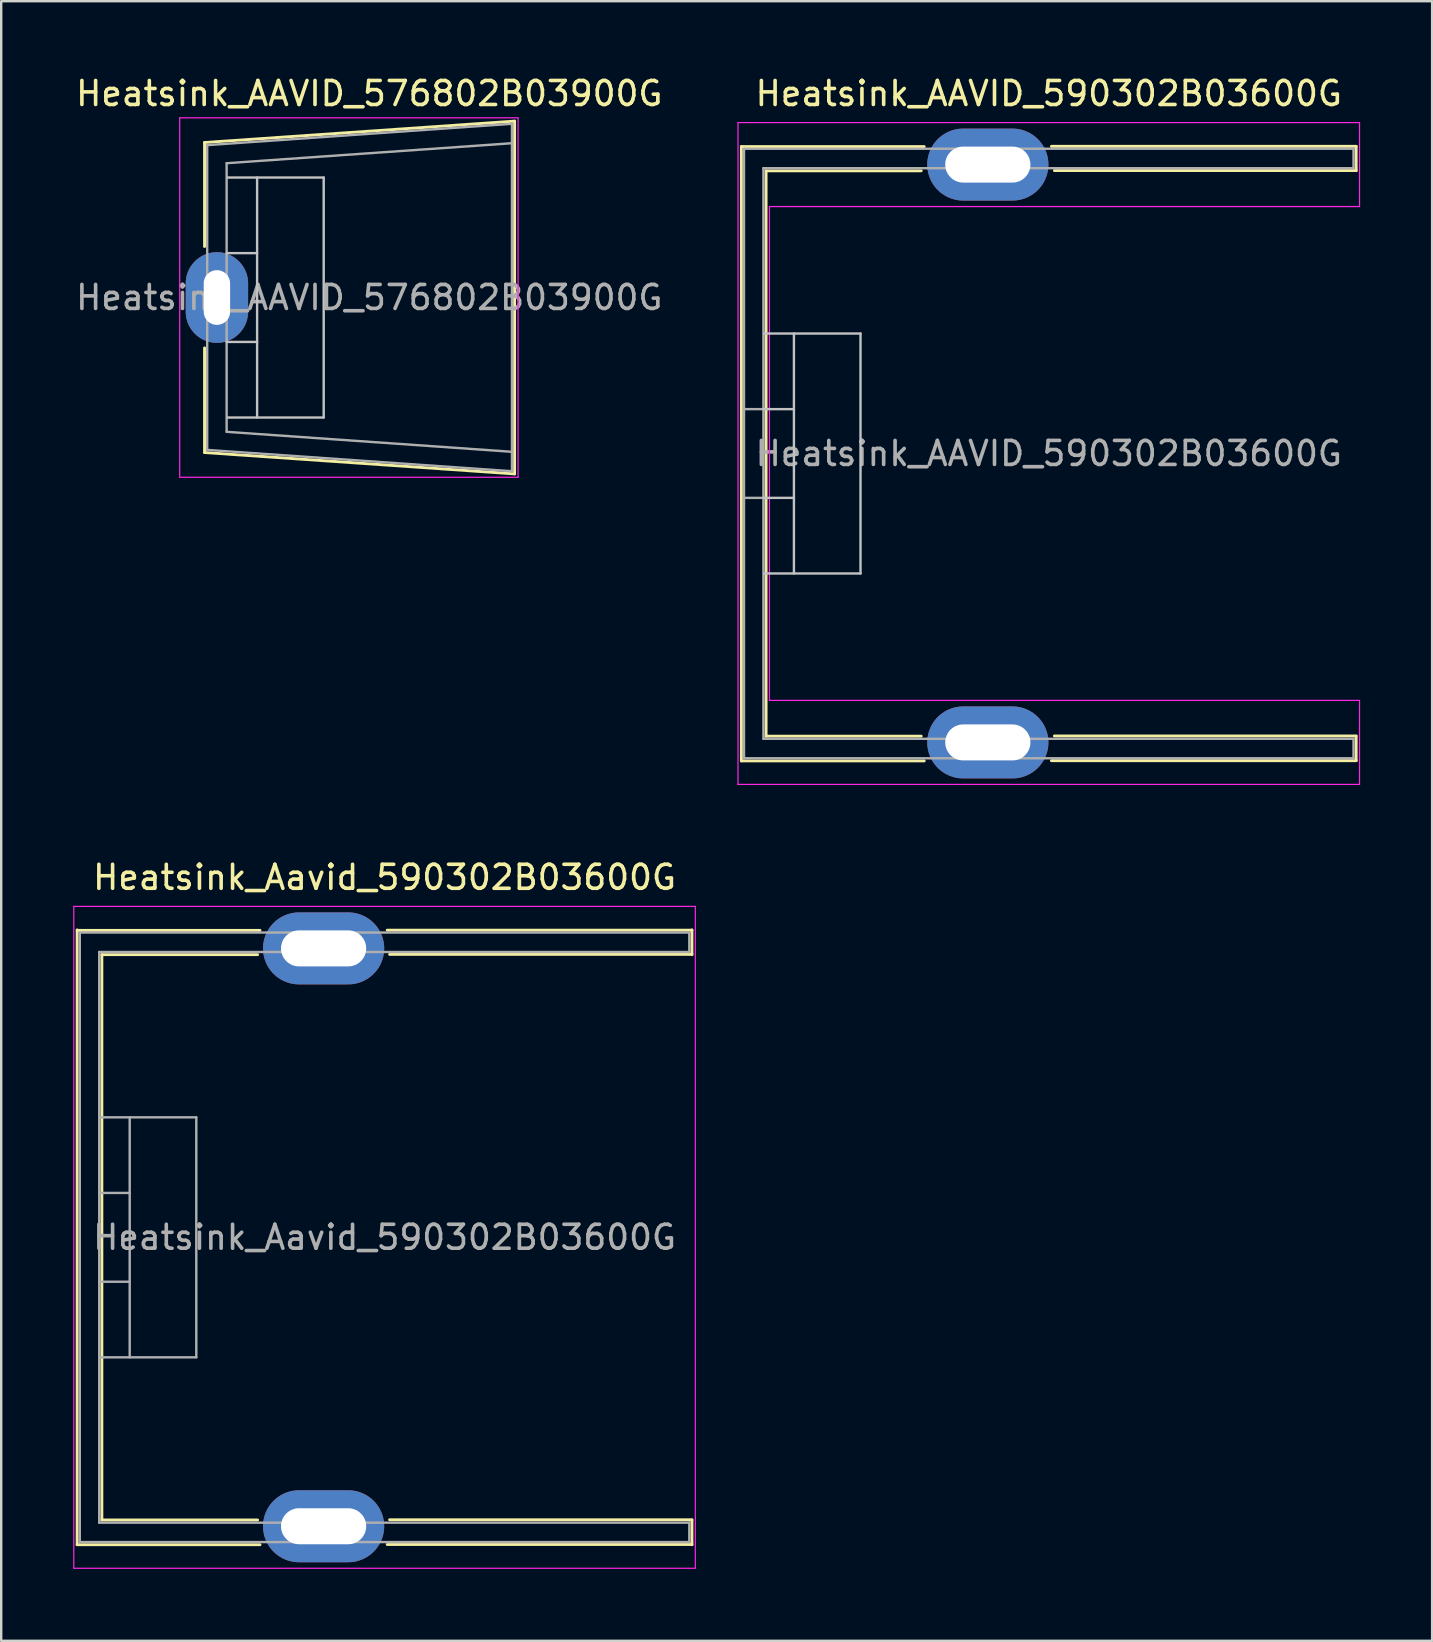
<source format=kicad_pcb>
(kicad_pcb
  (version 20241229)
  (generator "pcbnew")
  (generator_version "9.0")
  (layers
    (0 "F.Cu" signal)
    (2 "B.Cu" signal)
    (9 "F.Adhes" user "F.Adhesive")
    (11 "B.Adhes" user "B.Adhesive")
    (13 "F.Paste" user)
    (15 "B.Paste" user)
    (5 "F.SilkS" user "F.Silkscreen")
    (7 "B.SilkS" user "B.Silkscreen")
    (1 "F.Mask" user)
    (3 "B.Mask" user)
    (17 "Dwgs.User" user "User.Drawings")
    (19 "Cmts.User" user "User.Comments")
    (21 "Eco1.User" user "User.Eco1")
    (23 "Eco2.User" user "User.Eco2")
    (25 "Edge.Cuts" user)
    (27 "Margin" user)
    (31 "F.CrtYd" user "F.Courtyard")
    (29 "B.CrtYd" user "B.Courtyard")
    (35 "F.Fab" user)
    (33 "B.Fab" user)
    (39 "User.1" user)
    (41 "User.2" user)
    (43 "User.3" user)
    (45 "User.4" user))
  (footprint "Heatsink_AAVID_576802B03900G"
    (layer "F.Cu")
    (at 5.989 9.348)
    (property "Reference" "Heatsink_AAVID_576802B03900G" (at 6.35 -8.5 0) (layer "F.SilkS") (effects (font (size 1 1) (thickness 0.15))))
    (attr through_hole)
    (fp_line (start -0.515 -6.46) (end -0.515 -2.125) (stroke (width 0.12) (type solid)) (layer "F.SilkS"))
    (fp_line (start -0.515 -6.46) (end 12.405 -7.35) (stroke (width 0.12) (type solid)) (layer "F.SilkS"))
    (fp_line (start -0.515 2.1) (end -0.515 6.46) (stroke (width 0.12) (type solid)) (layer "F.SilkS"))
    (fp_line (start -0.515 6.46) (end 12.405 7.35) (stroke (width 0.12) (type solid)) (layer "F.SilkS"))
    (fp_line (start 12.405 -7.35) (end 12.405 7.35) (stroke (width 0.12) (type solid)) (layer "F.SilkS"))
    (fp_line (start 0.405 -1.85) (end 1.675 -1.85) (stroke (width 0.1) (type solid)) (layer "Dwgs.User"))
    (fp_line (start 0.405 1.85) (end 1.675 1.85) (stroke (width 0.1) (type solid)) (layer "Dwgs.User"))
    (fp_line (start 0.45 -5) (end 4.45 -5) (stroke (width 0.1) (type solid)) (layer "Dwgs.User"))
    (fp_line (start 1.675 -5) (end 1.675 5) (stroke (width 0.1) (type solid)) (layer "Dwgs.User"))
    (fp_line (start 4.45 -5) (end 4.45 5) (stroke (width 0.1) (type solid)) (layer "Dwgs.User"))
    (fp_line (start 4.45 5) (end 0.45 5) (stroke (width 0.1) (type solid)) (layer "Dwgs.User"))
    (fp_line (start -1.55 -7.49) (end -1.55 7.49) (stroke (width 0.05) (type solid)) (layer "F.CrtYd"))
    (fp_line (start -1.55 7.49) (end 12.55 7.49) (stroke (width 0.05) (type solid)) (layer "F.CrtYd"))
    (fp_line (start 12.55 -7.49) (end -1.55 -7.49) (stroke (width 0.05) (type solid)) (layer "F.CrtYd"))
    (fp_line (start 12.55 -7.49) (end 12.55 7.49) (stroke (width 0.05) (type solid)) (layer "F.CrtYd"))
    (fp_line (start -0.405 -6.35) (end -0.405 6.35) (stroke (width 0.1) (type solid)) (layer "F.Fab"))
    (fp_line (start -0.405 -6.35) (end 12.295 -7.24) (stroke (width 0.1) (type solid)) (layer "F.Fab"))
    (fp_line (start 0.405 -5.597) (end 0.405 5.597) (stroke (width 0.1) (type solid)) (layer "F.Fab"))
    (fp_line (start 0.405 -5.597) (end 12.295 -6.43) (stroke (width 0.1) (type solid)) (layer "F.Fab"))
    (fp_line (start 12.295 -7.24) (end 12.295 7.24) (stroke (width 0.1) (type solid)) (layer "F.Fab"))
    (fp_line (start 12.295 7.24) (end -0.405 6.35) (stroke (width 0.1) (type solid)) (layer "F.Fab"))
    (fp_line (start 12.3 6.43) (end 0.405 5.597) (stroke (width 0.1) (type solid)) (layer "F.Fab"))
    (fp_text user "${REFERENCE}" (at 6.35 0 0) (layer "F.Fab") (effects (font (size 1 1) (thickness 0.15))))
    (pad "1" thru_hole oval (at 0 0) (size 2.6 3.78) (drill oval 1.1 2.28) (layers "*.Cu" "*.Mask")))
  (footprint "Heatsink_AAVID_590302B03600G"
    (layer "F.Cu")
    (at 38.114 3.808)
    (property "Reference" "Heatsink_AAVID_590302B03600G" (at 2.54 -2.96 0) (layer "F.SilkS") (effects (font (size 1 1) (thickness 0.15))))
    (attr through_hole)
    (fp_line (start -10.27 -0.75) (end -10.27 24.85) (stroke (width 0.12) (type solid)) (layer "F.SilkS"))
    (fp_line (start -10.27 -0.75) (end -2.65 -0.75) (stroke (width 0.12) (type solid)) (layer "F.SilkS"))
    (fp_line (start -10.27 24.85) (end -2.65 24.85) (stroke (width 0.12) (type solid)) (layer "F.SilkS"))
    (fp_line (start -9.24 0.26) (end -9.24 23.82) (stroke (width 0.12) (type solid)) (layer "F.SilkS"))
    (fp_line (start -9.24 0.26) (end -2.775 0.26) (stroke (width 0.12) (type solid)) (layer "F.SilkS"))
    (fp_line (start -9.24 23.82) (end -2.775 23.82) (stroke (width 0.12) (type solid)) (layer "F.SilkS"))
    (fp_line (start 2.65 -0.76) (end 15.35 -0.76) (stroke (width 0.12) (type solid)) (layer "F.SilkS"))
    (fp_line (start 2.65 24.84) (end 15.35 24.84) (stroke (width 0.12) (type solid)) (layer "F.SilkS"))
    (fp_line (start 2.775 0.25) (end 15.35 0.25) (stroke (width 0.12) (type solid)) (layer "F.SilkS"))
    (fp_line (start 2.775 23.81) (end 15.35 23.81) (stroke (width 0.12) (type solid)) (layer "F.SilkS"))
    (fp_line (start 15.35 -0.76) (end 15.35 0.25) (stroke (width 0.12) (type solid)) (layer "F.SilkS"))
    (fp_line (start 15.35 24.84) (end 15.35 23.82) (stroke (width 0.12) (type solid)) (layer "F.SilkS"))
    (fp_line (start -9.35 10.19) (end -8.08 10.19) (stroke (width 0.1) (type solid)) (layer "Dwgs.User"))
    (fp_line (start -9.35 13.89) (end -8.08 13.89) (stroke (width 0.1) (type solid)) (layer "Dwgs.User"))
    (fp_line (start -9.305 7.04) (end -5.305 7.04) (stroke (width 0.1) (type solid)) (layer "Dwgs.User"))
    (fp_line (start -8.08 7.04) (end -8.08 17.04) (stroke (width 0.1) (type solid)) (layer "Dwgs.User"))
    (fp_line (start -5.305 7.04) (end -5.305 17.04) (stroke (width 0.1) (type solid)) (layer "Dwgs.User"))
    (fp_line (start -5.305 17.04) (end -9.305 17.04) (stroke (width 0.1) (type solid)) (layer "Dwgs.User"))
    (fp_line (start -10.41 -1.75) (end -10.41 25.83) (stroke (width 0.05) (type solid)) (layer "F.CrtYd"))
    (fp_line (start -10.41 25.83) (end 15.49 25.83) (stroke (width 0.05) (type solid)) (layer "F.CrtYd"))
    (fp_line (start -9.1 1.75) (end -9.1 22.33) (stroke (width 0.05) (type solid)) (layer "F.CrtYd"))
    (fp_line (start -9.1 1.75) (end 15.49 1.75) (stroke (width 0.05) (type solid)) (layer "F.CrtYd"))
    (fp_line (start -9.1 22.33) (end 15.49 22.33) (stroke (width 0.05) (type solid)) (layer "F.CrtYd"))
    (fp_line (start 15.49 -1.75) (end -10.41 -1.75) (stroke (width 0.05) (type solid)) (layer "F.CrtYd"))
    (fp_line (start 15.49 -1.75) (end 15.49 1.75) (stroke (width 0.05) (type solid)) (layer "F.CrtYd"))
    (fp_line (start 15.49 22.33) (end 15.49 25.83) (stroke (width 0.05) (type solid)) (layer "F.CrtYd"))
    (fp_line (start -10.16 -0.66) (end -10.16 24.74) (stroke (width 0.1) (type solid)) (layer "F.Fab"))
    (fp_line (start -10.16 -0.66) (end 15.24 -0.66) (stroke (width 0.1) (type solid)) (layer "F.Fab"))
    (fp_line (start -10.15 10.19) (end -9.35 10.19) (stroke (width 0.1) (type solid)) (layer "F.Fab"))
    (fp_line (start -10.15 13.89) (end -9.35 13.89) (stroke (width 0.1) (type solid)) (layer "F.Fab"))
    (fp_line (start -9.35 0.15) (end -9.35 23.93) (stroke (width 0.1) (type solid)) (layer "F.Fab"))
    (fp_line (start -9.35 0.15) (end 15.24 0.15) (stroke (width 0.1) (type solid)) (layer "F.Fab"))
    (fp_line (start 15.24 -0.66) (end 15.24 0.15) (stroke (width 0.1) (type solid)) (layer "F.Fab"))
    (fp_line (start 15.24 23.93) (end -9.35 23.93) (stroke (width 0.1) (type solid)) (layer "F.Fab"))
    (fp_line (start 15.24 23.93) (end 15.24 24.74) (stroke (width 0.1) (type solid)) (layer "F.Fab"))
    (fp_line (start 15.24 24.74) (end -10.155 24.74) (stroke (width 0.1) (type solid)) (layer "F.Fab"))
    (fp_text user "${REFERENCE}" (at 2.54 12.04 0) (layer "F.Fab") (effects (font (size 1 1) (thickness 0.15))))
    (pad "1" thru_hole oval (at 0 0) (size 5.05 3) (drill oval 3.55 1.5) (layers "*.Cu" "*.Mask"))
    (pad "2" thru_hole oval (at 0 24.08) (size 5.05 3) (drill oval 3.55 1.5) (layers "*.Cu" "*.Mask")))
  (footprint "Heatsink_Aavid_590302B03600G"
    (layer "F.Cu")
    (at 10.435 36.471)
    (property "Reference" "Heatsink_Aavid_590302B03600G" (at 2.54 -2.96 0) (layer "F.SilkS") (effects (font (size 1 1) (thickness 0.15))))
    (attr through_hole)
    (fp_line (start -10.27 -0.77) (end -10.27 24.85) (stroke (width 0.12) (type solid)) (layer "F.SilkS"))
    (fp_line (start -10.27 -0.75) (end -2.65 -0.75) (stroke (width 0.12) (type solid)) (layer "F.SilkS"))
    (fp_line (start -10.27 24.85) (end -2.65 24.85) (stroke (width 0.12) (type solid)) (layer "F.SilkS"))
    (fp_line (start -9.24 0.26) (end -9.24 23.82) (stroke (width 0.12) (type solid)) (layer "F.SilkS"))
    (fp_line (start -9.24 0.26) (end -2.75 0.26) (stroke (width 0.12) (type solid)) (layer "F.SilkS"))
    (fp_line (start -9.24 23.82) (end -2.75 23.82) (stroke (width 0.12) (type solid)) (layer "F.SilkS"))
    (fp_line (start 2.65 -0.76) (end 15.35 -0.76) (stroke (width 0.12) (type solid)) (layer "F.SilkS"))
    (fp_line (start 2.65 24.84) (end 15.35 24.84) (stroke (width 0.12) (type solid)) (layer "F.SilkS"))
    (fp_line (start 2.75 0.25) (end 15.35 0.25) (stroke (width 0.12) (type solid)) (layer "F.SilkS"))
    (fp_line (start 2.75 23.81) (end 15.35 23.81) (stroke (width 0.12) (type solid)) (layer "F.SilkS"))
    (fp_line (start 15.35 -0.77) (end 15.35 0.26) (stroke (width 0.12) (type solid)) (layer "F.SilkS"))
    (fp_line (start 15.35 24.85) (end 15.35 23.82) (stroke (width 0.12) (type solid)) (layer "F.SilkS"))
    (fp_line (start -10.41 -1.75) (end -10.41 25.83) (stroke (width 0.05) (type solid)) (layer "F.CrtYd"))
    (fp_line (start -10.41 25.83) (end 15.49 25.83) (stroke (width 0.05) (type solid)) (layer "F.CrtYd"))
    (fp_line (start 15.49 -1.75) (end -10.41 -1.75) (stroke (width 0.05) (type solid)) (layer "F.CrtYd"))
    (fp_line (start 15.49 -1.75) (end 15.49 25.83) (stroke (width 0.05) (type solid)) (layer "F.CrtYd"))
    (fp_line (start -10.16 -0.66) (end -10.16 24.74) (stroke (width 0.1) (type solid)) (layer "F.Fab"))
    (fp_line (start -10.16 -0.66) (end 15.24 -0.66) (stroke (width 0.1) (type solid)) (layer "F.Fab"))
    (fp_line (start -9.35 0.15) (end -9.35 23.93) (stroke (width 0.1) (type solid)) (layer "F.Fab"))
    (fp_line (start -9.35 0.15) (end 15.24 0.15) (stroke (width 0.1) (type solid)) (layer "F.Fab"))
    (fp_line (start -9.35 10.19) (end -8.08 10.19) (stroke (width 0.1) (type solid)) (layer "F.Fab"))
    (fp_line (start -9.35 13.89) (end -8.08 13.89) (stroke (width 0.1) (type solid)) (layer "F.Fab"))
    (fp_line (start -9.305 7.04) (end -5.305 7.04) (stroke (width 0.1) (type solid)) (layer "F.Fab"))
    (fp_line (start -8.08 7.04) (end -8.08 17.04) (stroke (width 0.1) (type solid)) (layer "F.Fab"))
    (fp_line (start -5.305 7.04) (end -5.305 17.04) (stroke (width 0.1) (type solid)) (layer "F.Fab"))
    (fp_line (start -5.305 17.04) (end -9.305 17.04) (stroke (width 0.1) (type solid)) (layer "F.Fab"))
    (fp_line (start 15.24 -0.66) (end 15.24 0.15) (stroke (width 0.1) (type solid)) (layer "F.Fab"))
    (fp_line (start 15.24 23.93) (end -9.35 23.93) (stroke (width 0.1) (type solid)) (layer "F.Fab"))
    (fp_line (start 15.24 23.93) (end 15.24 24.74) (stroke (width 0.1) (type solid)) (layer "F.Fab"))
    (fp_line (start 15.24 24.74) (end -10.155 24.74) (stroke (width 0.1) (type solid)) (layer "F.Fab"))
    (fp_text user "${REFERENCE}" (at 2.54 12.04 0) (layer "F.Fab") (effects (font (size 1 1) (thickness 0.15))))
    (pad "1" thru_hole oval (at 0 0) (size 5.05 3) (drill oval 3.55 1.5) (layers "*.Cu" "*.Mask"))
    (pad "2" thru_hole oval (at 0 24.08) (size 5.05 3) (drill oval 3.55 1.5) (layers "*.Cu" "*.Mask")))
  (gr_rect
    (start -3 -3)
    (end 56.629 65.326)
    (stroke (width 0.1) (type default))
    (fill no)
    (layer "Edge.Cuts")))
</source>
